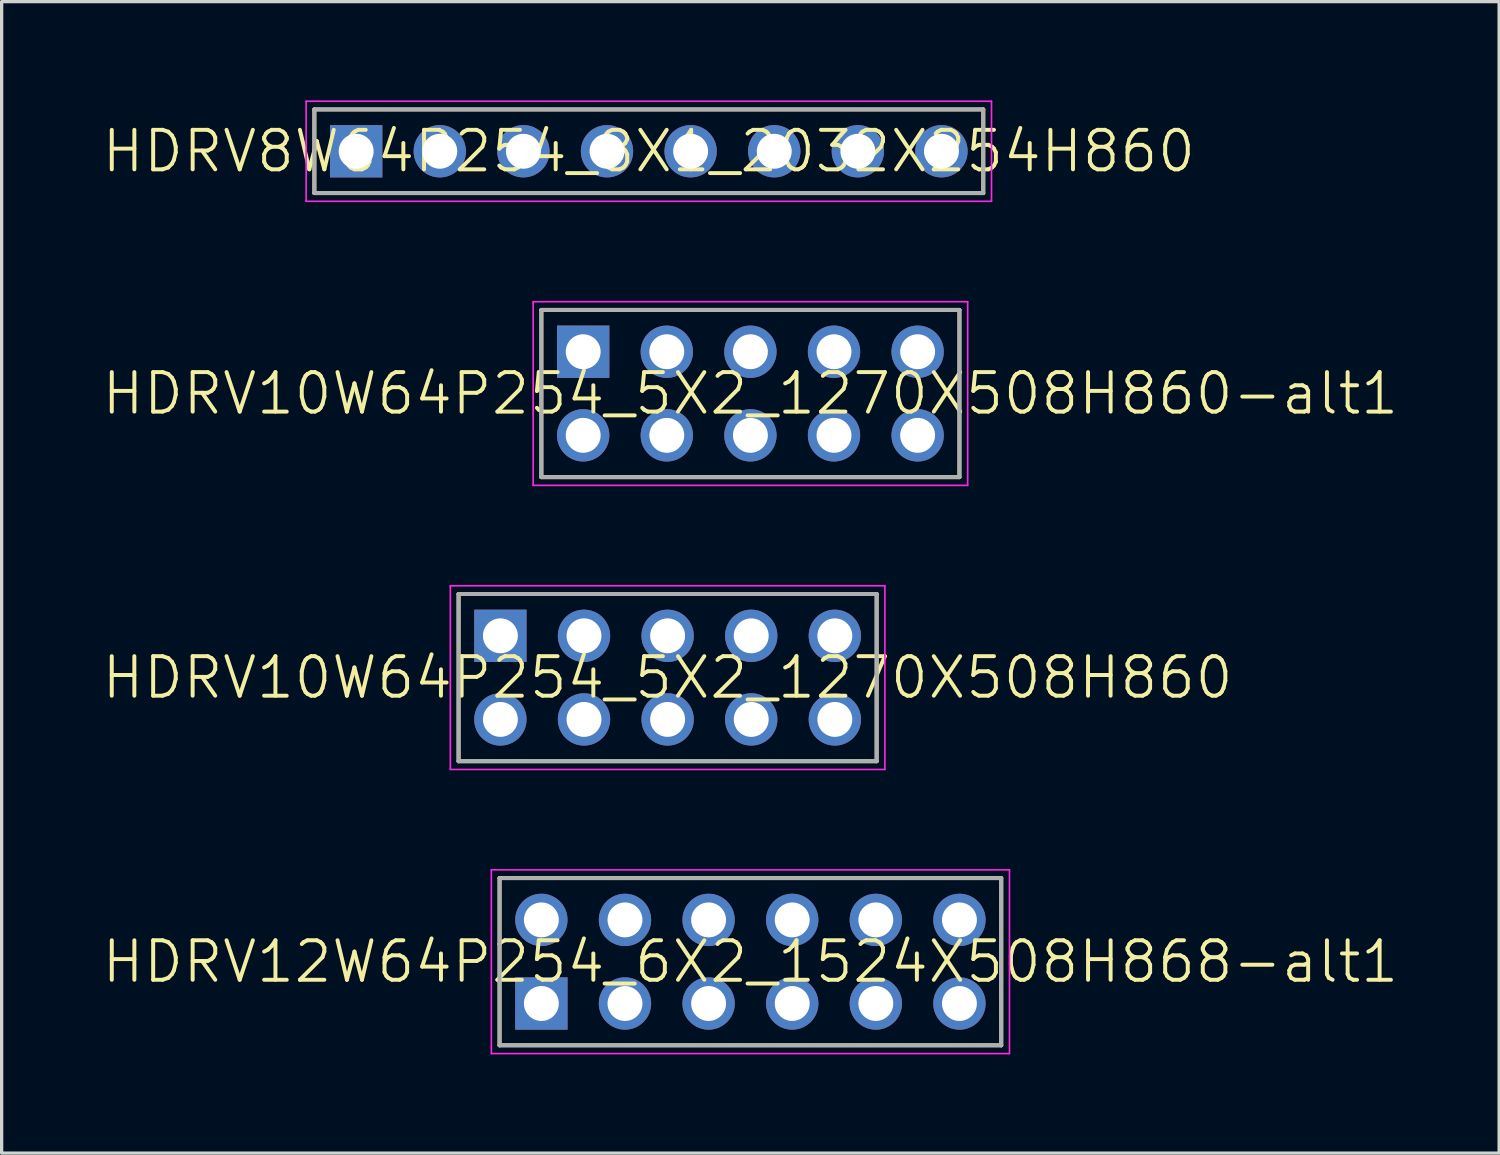
<source format=kicad_pcb>
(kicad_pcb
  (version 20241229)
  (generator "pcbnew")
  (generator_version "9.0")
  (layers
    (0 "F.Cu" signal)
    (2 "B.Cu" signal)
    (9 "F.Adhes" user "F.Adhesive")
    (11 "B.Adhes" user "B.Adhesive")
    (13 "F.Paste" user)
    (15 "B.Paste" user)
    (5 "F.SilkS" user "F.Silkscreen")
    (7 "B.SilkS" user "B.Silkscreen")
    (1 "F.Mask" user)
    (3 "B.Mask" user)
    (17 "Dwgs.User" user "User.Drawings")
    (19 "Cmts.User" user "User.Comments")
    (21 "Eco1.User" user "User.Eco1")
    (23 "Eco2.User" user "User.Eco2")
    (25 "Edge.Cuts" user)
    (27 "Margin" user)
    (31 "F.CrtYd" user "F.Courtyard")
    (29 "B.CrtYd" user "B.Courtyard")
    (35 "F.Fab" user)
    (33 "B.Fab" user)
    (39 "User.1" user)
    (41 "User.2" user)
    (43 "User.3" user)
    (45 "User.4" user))
  (footprint "HDRV10W64P254_5X2_1270X508H860-alt1"
    (layer "F.Cu")
    (at 14.666 7.635)
    (property "Reference" "HDRV10W64P254_5X2_1270X508H860-alt1" (at 5.08 1.27 0) (layer "F.SilkS") (effects (font (size 1.2 1.2) (thickness 0.12))))
    (attr through_hole)
    (fp_line (start -1.27 -1.27) (end 11.43 -1.27) (stroke (width 0.12) (type solid)) (layer "F.SilkS"))
    (fp_line (start -1.27 3.81) (end -1.27 -1.27) (stroke (width 0.12) (type solid)) (layer "F.SilkS"))
    (fp_line (start 11.43 -1.27) (end 11.43 3.81) (stroke (width 0.12) (type solid)) (layer "F.SilkS"))
    (fp_line (start 11.43 3.81) (end -1.27 3.81) (stroke (width 0.12) (type solid)) (layer "F.SilkS"))
    (fp_line (start -1.52 -1.52) (end 11.68 -1.52) (stroke (width 0.05) (type solid)) (layer "F.CrtYd"))
    (fp_line (start -1.52 4.06) (end -1.52 -1.52) (stroke (width 0.05) (type solid)) (layer "F.CrtYd"))
    (fp_line (start 0 -0.35) (end 0 0.35) (stroke (width 0.05) (type solid)) (layer "F.CrtYd"))
    (fp_line (start 0.35 0) (end -0.35 0) (stroke (width 0.05) (type solid)) (layer "F.CrtYd"))
    (fp_line (start 11.68 -1.52) (end 11.68 4.06) (stroke (width 0.05) (type solid)) (layer "F.CrtYd"))
    (fp_line (start 11.68 4.06) (end -1.52 4.06) (stroke (width 0.05) (type solid)) (layer "F.CrtYd"))
    (fp_circle (center 0 0) (end 0 0.25) (stroke (width 0.05) (type solid)) (fill no) (layer "F.CrtYd"))
    (fp_line (start -1.27 -1.27) (end 11.43 -1.27) (stroke (width 0.12) (type solid)) (layer "F.Fab"))
    (fp_line (start -1.27 3.81) (end -1.27 -1.27) (stroke (width 0.12) (type solid)) (layer "F.Fab"))
    (fp_line (start 11.43 -1.27) (end 11.43 3.81) (stroke (width 0.12) (type solid)) (layer "F.Fab"))
    (fp_line (start 11.43 3.81) (end -1.27 3.81) (stroke (width 0.12) (type solid)) (layer "F.Fab"))
    (pad "1" thru_hole rect (at 0 0) (size 1.59 1.59) (drill 1.06) (layers "*.Cu" "*.Mask"))
    (pad "2" thru_hole circle (at 0 2.54) (size 1.59 1.59) (drill 1.06) (layers "*.Cu" "*.Mask"))
    (pad "3" thru_hole circle (at 2.54 0) (size 1.59 1.59) (drill 1.06) (layers "*.Cu" "*.Mask"))
    (pad "4" thru_hole circle (at 2.54 2.54) (size 1.59 1.59) (drill 1.06) (layers "*.Cu" "*.Mask"))
    (pad "5" thru_hole circle (at 5.08 0) (size 1.59 1.59) (drill 1.06) (layers "*.Cu" "*.Mask"))
    (pad "6" thru_hole circle (at 5.08 2.54) (size 1.59 1.59) (drill 1.06) (layers "*.Cu" "*.Mask"))
    (pad "7" thru_hole circle (at 7.62 0) (size 1.59 1.59) (drill 1.06) (layers "*.Cu" "*.Mask"))
    (pad "8" thru_hole circle (at 7.62 2.54) (size 1.59 1.59) (drill 1.06) (layers "*.Cu" "*.Mask"))
    (pad "9" thru_hole circle (at 10.16 0) (size 1.59 1.59) (drill 1.06) (layers "*.Cu" "*.Mask"))
    (pad "10" thru_hole circle (at 10.16 2.54) (size 1.59 1.59) (drill 1.06) (layers "*.Cu" "*.Mask")))
  (footprint "HDRV12W64P254_6X2_1524X508H868-alt1"
    (layer "F.Cu")
    (at 13.396 27.435)
    (property "Reference" "HDRV12W64P254_6X2_1524X508H868-alt1" (at 6.35 -1.27 0) (layer "F.SilkS") (effects (font (size 1.2 1.2) (thickness 0.12))))
    (attr through_hole)
    (fp_line (start -1.27 -3.81) (end 13.97 -3.81) (stroke (width 0.12) (type solid)) (layer "F.SilkS"))
    (fp_line (start -1.27 1.27) (end -1.27 -3.81) (stroke (width 0.12) (type solid)) (layer "F.SilkS"))
    (fp_line (start 13.97 -3.81) (end 13.97 1.27) (stroke (width 0.12) (type solid)) (layer "F.SilkS"))
    (fp_line (start 13.97 1.27) (end -1.27 1.27) (stroke (width 0.12) (type solid)) (layer "F.SilkS"))
    (fp_line (start -1.52 -4.06) (end 14.22 -4.06) (stroke (width 0.05) (type solid)) (layer "F.CrtYd"))
    (fp_line (start -1.52 1.52) (end -1.52 -4.06) (stroke (width 0.05) (type solid)) (layer "F.CrtYd"))
    (fp_line (start 0 -0.35) (end 0 0.35) (stroke (width 0.05) (type solid)) (layer "F.CrtYd"))
    (fp_line (start 0.35 0) (end -0.35 0) (stroke (width 0.05) (type solid)) (layer "F.CrtYd"))
    (fp_line (start 14.22 -4.06) (end 14.22 1.52) (stroke (width 0.05) (type solid)) (layer "F.CrtYd"))
    (fp_line (start 14.22 1.52) (end -1.52 1.52) (stroke (width 0.05) (type solid)) (layer "F.CrtYd"))
    (fp_circle (center 0 0) (end 0 0.25) (stroke (width 0.05) (type solid)) (fill no) (layer "F.CrtYd"))
    (fp_line (start -1.27 -3.81) (end 13.97 -3.81) (stroke (width 0.12) (type solid)) (layer "F.Fab"))
    (fp_line (start -1.27 1.27) (end -1.27 -3.81) (stroke (width 0.12) (type solid)) (layer "F.Fab"))
    (fp_line (start 13.97 -3.81) (end 13.97 1.27) (stroke (width 0.12) (type solid)) (layer "F.Fab"))
    (fp_line (start 13.97 1.27) (end -1.27 1.27) (stroke (width 0.12) (type solid)) (layer "F.Fab"))
    (pad "1" thru_hole rect (at 0 0) (size 1.59 1.59) (drill 1.06) (layers "*.Cu" "*.Mask"))
    (pad "2" thru_hole circle (at 0 -2.54) (size 1.59 1.59) (drill 1.06) (layers "*.Cu" "*.Mask"))
    (pad "3" thru_hole circle (at 2.54 0) (size 1.59 1.59) (drill 1.06) (layers "*.Cu" "*.Mask"))
    (pad "4" thru_hole circle (at 2.54 -2.54) (size 1.59 1.59) (drill 1.06) (layers "*.Cu" "*.Mask"))
    (pad "5" thru_hole circle (at 5.08 0) (size 1.59 1.59) (drill 1.06) (layers "*.Cu" "*.Mask"))
    (pad "6" thru_hole circle (at 5.08 -2.54) (size 1.59 1.59) (drill 1.06) (layers "*.Cu" "*.Mask"))
    (pad "7" thru_hole circle (at 7.62 0) (size 1.59 1.59) (drill 1.06) (layers "*.Cu" "*.Mask"))
    (pad "8" thru_hole circle (at 7.62 -2.54) (size 1.59 1.59) (drill 1.06) (layers "*.Cu" "*.Mask"))
    (pad "9" thru_hole circle (at 10.16 0) (size 1.59 1.59) (drill 1.06) (layers "*.Cu" "*.Mask"))
    (pad "10" thru_hole circle (at 10.16 -2.54) (size 1.59 1.59) (drill 1.06) (layers "*.Cu" "*.Mask"))
    (pad "11" thru_hole circle (at 12.7 0) (size 1.59 1.59) (drill 1.06) (layers "*.Cu" "*.Mask"))
    (pad "12" thru_hole circle (at 12.7 -2.54) (size 1.59 1.59) (drill 1.06) (layers "*.Cu" "*.Mask")))
  (footprint "HDRV8W64P254_8X1_2032X254H860"
    (layer "F.Cu")
    (at 7.77 1.545)
    (property "Reference" "HDRV8W64P254_8X1_2032X254H860" (at 8.89 0 0) (layer "F.SilkS") (effects (font (size 1.2 1.2) (thickness 0.12))))
    (attr through_hole)
    (fp_line (start -1.27 -1.27) (end 19.05 -1.27) (stroke (width 0.12) (type solid)) (layer "F.SilkS"))
    (fp_line (start -1.27 1.27) (end -1.27 -1.27) (stroke (width 0.12) (type solid)) (layer "F.SilkS"))
    (fp_line (start 19.05 -1.27) (end 19.05 1.27) (stroke (width 0.12) (type solid)) (layer "F.SilkS"))
    (fp_line (start 19.05 1.27) (end -1.27 1.27) (stroke (width 0.12) (type solid)) (layer "F.SilkS"))
    (fp_line (start -1.52 -1.52) (end 19.3 -1.52) (stroke (width 0.05) (type solid)) (layer "F.CrtYd"))
    (fp_line (start -1.52 1.52) (end -1.52 -1.52) (stroke (width 0.05) (type solid)) (layer "F.CrtYd"))
    (fp_line (start 19.3 -1.52) (end 19.3 1.52) (stroke (width 0.05) (type solid)) (layer "F.CrtYd"))
    (fp_line (start 19.3 1.52) (end -1.52 1.52) (stroke (width 0.05) (type solid)) (layer "F.CrtYd"))
    (fp_line (start -1.27 -1.27) (end 19.05 -1.27) (stroke (width 0.12) (type solid)) (layer "F.Fab"))
    (fp_line (start -1.27 1.27) (end -1.27 -1.27) (stroke (width 0.12) (type solid)) (layer "F.Fab"))
    (fp_line (start 19.05 -1.27) (end 19.05 1.27) (stroke (width 0.12) (type solid)) (layer "F.Fab"))
    (fp_line (start 19.05 1.27) (end -1.27 1.27) (stroke (width 0.12) (type solid)) (layer "F.Fab"))
    (pad "1" thru_hole rect (at 0 0) (size 1.59 1.59) (drill 1.06) (layers "*.Cu" "*.Mask"))
    (pad "2" thru_hole circle (at 2.54 0) (size 1.59 1.59) (drill 1.06) (layers "*.Cu" "*.Mask"))
    (pad "3" thru_hole circle (at 5.08 0) (size 1.59 1.59) (drill 1.06) (layers "*.Cu" "*.Mask"))
    (pad "4" thru_hole circle (at 7.62 0) (size 1.59 1.59) (drill 1.06) (layers "*.Cu" "*.Mask"))
    (pad "5" thru_hole circle (at 10.16 0) (size 1.59 1.59) (drill 1.06) (layers "*.Cu" "*.Mask"))
    (pad "6" thru_hole circle (at 12.7 0) (size 1.59 1.59) (drill 1.06) (layers "*.Cu" "*.Mask"))
    (pad "7" thru_hole circle (at 15.24 0) (size 1.59 1.59) (drill 1.06) (layers "*.Cu" "*.Mask"))
    (pad "8" thru_hole circle (at 17.78 0) (size 1.59 1.59) (drill 1.06) (layers "*.Cu" "*.Mask")))
  (footprint "HDRV10W64P254_5X2_1270X508H860"
    (layer "F.Cu")
    (at 12.151 16.265)
    (property "Reference" "HDRV10W64P254_5X2_1270X508H860" (at 5.08 1.27 0) (layer "F.SilkS") (effects (font (size 1.2 1.2) (thickness 0.12))))
    (attr through_hole)
    (fp_line (start -1.27 -1.27) (end 11.43 -1.27) (stroke (width 0.12) (type solid)) (layer "F.SilkS"))
    (fp_line (start -1.27 3.81) (end -1.27 -1.27) (stroke (width 0.12) (type solid)) (layer "F.SilkS"))
    (fp_line (start 11.43 -1.27) (end 11.43 3.81) (stroke (width 0.12) (type solid)) (layer "F.SilkS"))
    (fp_line (start 11.43 3.81) (end -1.27 3.81) (stroke (width 0.12) (type solid)) (layer "F.SilkS"))
    (fp_line (start -1.52 -1.52) (end 11.68 -1.52) (stroke (width 0.05) (type solid)) (layer "F.CrtYd"))
    (fp_line (start -1.52 4.06) (end -1.52 -1.52) (stroke (width 0.05) (type solid)) (layer "F.CrtYd"))
    (fp_line (start 0 -0.35) (end 0 0.35) (stroke (width 0.05) (type solid)) (layer "F.CrtYd"))
    (fp_line (start 0.35 0) (end -0.35 0) (stroke (width 0.05) (type solid)) (layer "F.CrtYd"))
    (fp_line (start 11.68 -1.52) (end 11.68 4.06) (stroke (width 0.05) (type solid)) (layer "F.CrtYd"))
    (fp_line (start 11.68 4.06) (end -1.52 4.06) (stroke (width 0.05) (type solid)) (layer "F.CrtYd"))
    (fp_circle (center 0 0) (end 0 0.25) (stroke (width 0.05) (type solid)) (fill no) (layer "F.CrtYd"))
    (fp_line (start -1.27 -1.27) (end 11.43 -1.27) (stroke (width 0.12) (type solid)) (layer "F.Fab"))
    (fp_line (start -1.27 3.81) (end -1.27 -1.27) (stroke (width 0.12) (type solid)) (layer "F.Fab"))
    (fp_line (start 11.43 -1.27) (end 11.43 3.81) (stroke (width 0.12) (type solid)) (layer "F.Fab"))
    (fp_line (start 11.43 3.81) (end -1.27 3.81) (stroke (width 0.12) (type solid)) (layer "F.Fab"))
    (pad "1" thru_hole rect (at 0 0) (size 1.59 1.59) (drill 1.06) (layers "*.Cu" "*.Mask"))
    (pad "2" thru_hole circle (at 0 2.54) (size 1.59 1.59) (drill 1.06) (layers "*.Cu" "*.Mask"))
    (pad "3" thru_hole circle (at 2.54 0) (size 1.59 1.59) (drill 1.06) (layers "*.Cu" "*.Mask"))
    (pad "4" thru_hole circle (at 2.54 2.54) (size 1.59 1.59) (drill 1.06) (layers "*.Cu" "*.Mask"))
    (pad "5" thru_hole circle (at 5.08 0) (size 1.59 1.59) (drill 1.06) (layers "*.Cu" "*.Mask"))
    (pad "6" thru_hole circle (at 5.08 2.54) (size 1.59 1.59) (drill 1.06) (layers "*.Cu" "*.Mask"))
    (pad "7" thru_hole circle (at 7.62 0) (size 1.59 1.59) (drill 1.06) (layers "*.Cu" "*.Mask"))
    (pad "8" thru_hole circle (at 7.62 2.54) (size 1.59 1.59) (drill 1.06) (layers "*.Cu" "*.Mask"))
    (pad "9" thru_hole circle (at 10.16 0) (size 1.59 1.59) (drill 1.06) (layers "*.Cu" "*.Mask"))
    (pad "10" thru_hole circle (at 10.16 2.54) (size 1.59 1.59) (drill 1.06) (layers "*.Cu" "*.Mask")))
  (gr_rect
    (start -3 -3)
    (end 42.491 31.98)
    (stroke (width 0.1) (type default))
    (fill no)
    (layer "Edge.Cuts")))
</source>
